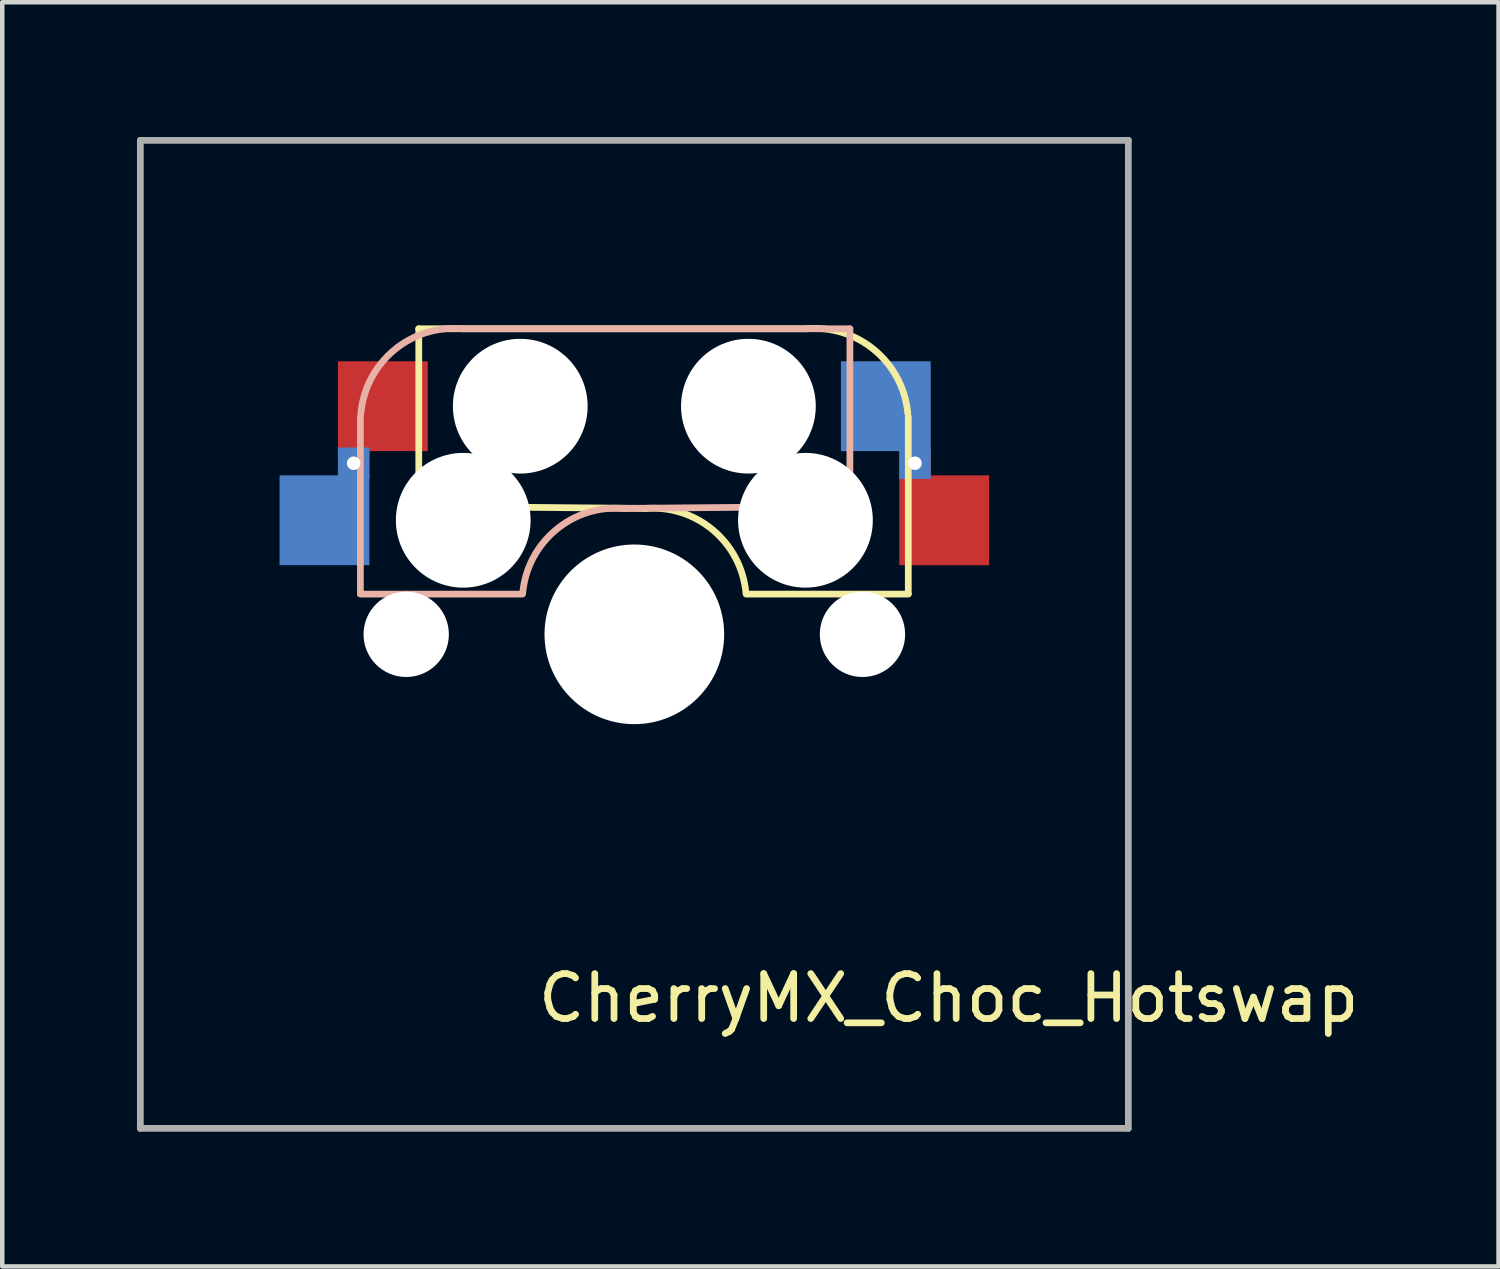
<source format=kicad_pcb>
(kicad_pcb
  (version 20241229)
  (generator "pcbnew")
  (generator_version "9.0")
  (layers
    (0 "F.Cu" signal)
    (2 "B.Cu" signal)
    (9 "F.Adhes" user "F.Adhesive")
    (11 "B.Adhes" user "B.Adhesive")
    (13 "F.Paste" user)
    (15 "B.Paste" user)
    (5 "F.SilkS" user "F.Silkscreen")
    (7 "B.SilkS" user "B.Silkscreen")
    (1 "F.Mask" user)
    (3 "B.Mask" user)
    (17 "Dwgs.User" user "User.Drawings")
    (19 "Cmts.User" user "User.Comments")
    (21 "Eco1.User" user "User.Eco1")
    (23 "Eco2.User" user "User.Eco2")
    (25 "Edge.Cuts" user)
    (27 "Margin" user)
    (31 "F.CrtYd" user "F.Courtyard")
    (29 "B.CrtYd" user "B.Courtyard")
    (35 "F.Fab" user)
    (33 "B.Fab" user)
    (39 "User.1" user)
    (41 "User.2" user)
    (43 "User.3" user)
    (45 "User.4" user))
  (footprint "CherryMX_Choc_Hotswap"
    (layer "F.Cu")
    (at 11.075 11.075)
    (property "Reference" "CherryMX_Choc_Hotswap" (at 7 8.1 0) (layer "F.SilkS") (effects (font (size 1 1) (thickness 0.15))))
    (attr through_hole)
    (fp_line (start -4.8 -6.804) (end 3.825 -6.804) (stroke (width 0.15) (type solid)) (layer "F.SilkS"))
    (fp_line (start -4.8 -2.896) (end -4.8 -6.804) (stroke (width 0.15) (type solid)) (layer "F.SilkS"))
    (fp_line (start -4.8 -2.85) (end 0.25 -2.804) (stroke (width 0.15) (type solid)) (layer "F.SilkS"))
    (fp_line (start 6.1 -4.85) (end 6.1 -0.905) (stroke (width 0.15) (type solid)) (layer "F.SilkS"))
    (fp_line (start 6.1 -0.896) (end 2.49 -0.896) (stroke (width 0.15) (type solid)) (layer "F.SilkS"))
    (fp_arc (start 0.225 -2.8) (mid 1.744361 -2.328061) (end 2.485 -0.92) (stroke (width 0.15) (type solid)) (layer "F.SilkS"))
    (fp_arc (start 3.825 -6.804) (mid 5.347189 -6.33089) (end 6.089 -4.92) (stroke (width 0.15) (type solid)) (layer "F.SilkS"))
    (fp_line (start -6.1 -4.85) (end -6.1 -0.905) (stroke (width 0.15) (type solid)) (layer "B.SilkS"))
    (fp_line (start -6.1 -0.896) (end -2.49 -0.896) (stroke (width 0.15) (type solid)) (layer "B.SilkS"))
    (fp_line (start 4.8 -6.804) (end -3.825 -6.804) (stroke (width 0.15) (type solid)) (layer "B.SilkS"))
    (fp_line (start 4.8 -2.896) (end 4.8 -6.804) (stroke (width 0.15) (type solid)) (layer "B.SilkS"))
    (fp_line (start 4.8 -2.85) (end -0.25 -2.804) (stroke (width 0.15) (type solid)) (layer "B.SilkS"))
    (fp_arc (start -6.089 -4.92) (mid -5.347189 -6.33089) (end -3.825 -6.804) (stroke (width 0.15) (type solid)) (layer "B.SilkS"))
    (fp_arc (start -2.485 -0.92) (mid -1.744361 -2.328061) (end -0.225 -2.8) (stroke (width 0.15) (type solid)) (layer "B.SilkS"))
    (fp_line (start -9 -9) (end 9 -9) (stroke (width 0.15) (type solid)) (layer "Eco2.User"))
    (fp_line (start -9 9) (end -9 -9) (stroke (width 0.15) (type solid)) (layer "Eco2.User"))
    (fp_line (start -7 -7) (end 7 -7) (stroke (width 0.15) (type solid)) (layer "Eco2.User"))
    (fp_line (start -7 7) (end -7 -7) (stroke (width 0.15) (type solid)) (layer "Eco2.User"))
    (fp_line (start 7 -7) (end 7 7) (stroke (width 0.15) (type solid)) (layer "Eco2.User"))
    (fp_line (start 7 7) (end -7 7) (stroke (width 0.15) (type solid)) (layer "Eco2.User"))
    (fp_line (start 9 -9) (end 9 9) (stroke (width 0.15) (type solid)) (layer "Eco2.User"))
    (fp_line (start 9 9) (end -9 9) (stroke (width 0.15) (type solid)) (layer "Eco2.User"))
    (fp_line (start -11 -11) (end -11 11) (stroke (width 0.15) (type solid)) (layer "F.Fab"))
    (fp_line (start -11 11) (end 11 11) (stroke (width 0.15) (type solid)) (layer "F.Fab"))
    (fp_line (start 11 -11) (end -11 -11) (stroke (width 0.15) (type solid)) (layer "F.Fab"))
    (fp_line (start 11 11) (end 11 -11) (stroke (width 0.15) (type solid)) (layer "F.Fab"))
    (pad "" np_thru_hole circle (at -5.08 0 90) (size 1.9 1.9) (drill 1.9) (layers "*.Cu" "*.Mask"))
    (pad "" np_thru_hole circle (at -3.81 -2.54 180) (size 3 3) (drill 3) (layers "*.Cu" "*.Mask"))
    (pad "" np_thru_hole circle (at -2.54 -5.08 180) (size 3 3) (drill 3) (layers "*.Cu" "*.Mask"))
    (pad "" np_thru_hole circle (at 0 0 90) (size 4 4) (drill 4) (layers "*.Cu" "*.Mask"))
    (pad "" np_thru_hole circle (at 2.54 -5.08 180) (size 3 3) (drill 3) (layers "*.Cu" "*.Mask"))
    (pad "" np_thru_hole circle (at 3.81 -2.54 180) (size 3 3) (drill 3) (layers "*.Cu" "*.Mask"))
    (pad "" np_thru_hole circle (at 5.08 0 90) (size 1.9 1.9) (drill 1.9) (layers "*.Cu" "*.Mask"))
    (pad "5" smd rect (at -6.9 -2.54 180) (size 2 2) (layers "B.Cu" "B.Mask" "B.Paste"))
    (pad "5" thru_hole rect (at -6.25 -3.81 180) (size 0.7 0.7) (drill 0.3) (layers "*.Cu"))
    (pad "5" smd rect (at -5.6 -5.08 180) (size 2 2) (layers "F.Cu" "F.Mask" "F.Paste"))
    (pad "6" smd rect (at 5.6 -5.08 180) (size 2 2) (layers "B.Cu" "B.Mask" "B.Paste"))
    (pad "6" thru_hole rect (at 6.25 -3.81 180) (size 0.7 0.7) (drill 0.3) (layers "*.Cu"))
    (pad "6" smd rect (at 6.9 -2.54 180) (size 2 2) (layers "F.Cu" "F.Mask" "F.Paste")))
  (gr_rect
    (start -3 -3)
    (end 30.319 25.15)
    (stroke (width 0.1) (type default))
    (fill no)
    (layer "Edge.Cuts")))
</source>
